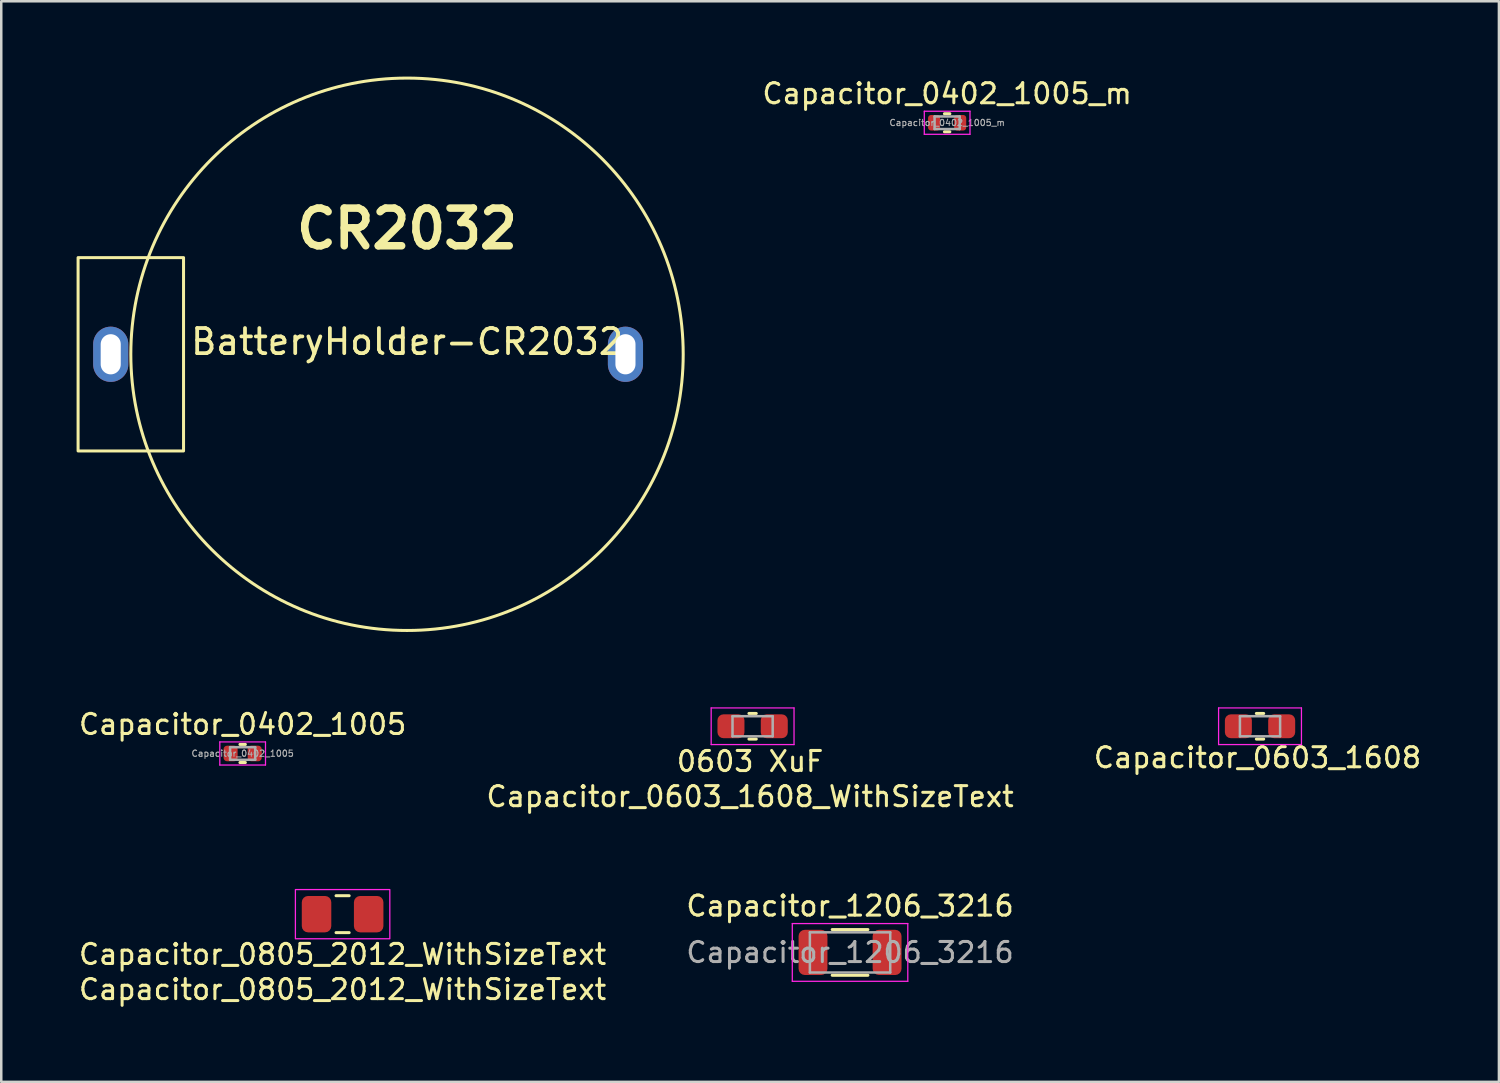
<source format=kicad_pcb>
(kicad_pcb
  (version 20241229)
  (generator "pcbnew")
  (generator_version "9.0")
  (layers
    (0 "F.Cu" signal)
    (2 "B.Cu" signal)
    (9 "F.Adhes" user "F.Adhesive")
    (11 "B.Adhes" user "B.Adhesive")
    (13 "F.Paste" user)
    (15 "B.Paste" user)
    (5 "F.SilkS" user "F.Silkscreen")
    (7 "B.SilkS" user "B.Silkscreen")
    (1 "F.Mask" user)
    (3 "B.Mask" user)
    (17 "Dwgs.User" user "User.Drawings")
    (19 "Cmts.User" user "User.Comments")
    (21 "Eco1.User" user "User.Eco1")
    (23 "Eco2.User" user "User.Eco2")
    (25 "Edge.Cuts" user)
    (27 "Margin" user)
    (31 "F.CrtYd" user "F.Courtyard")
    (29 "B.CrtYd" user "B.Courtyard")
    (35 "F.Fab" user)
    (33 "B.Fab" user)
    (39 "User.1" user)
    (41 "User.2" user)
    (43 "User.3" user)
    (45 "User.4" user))
  (footprint "Capacitor_0603_1608"
    (layer "F.Cu")
    (at 47.033 25.875)
    (property "Reference" "Capacitor_0603_1608" (at 0 1.25 180) (layer "F.SilkS") (effects (font (size 0.8 0.8) (thickness 0.12))))
    (attr smd)
    (fp_line (start -0.046 -0.51) (end 0.246 -0.51) (stroke (width 0.12) (type solid)) (layer "F.SilkS"))
    (fp_line (start -0.046 0.51) (end 0.246 0.51) (stroke (width 0.12) (type solid)) (layer "F.SilkS"))
    (fp_line (start -1.55 -0.73) (end 1.75 -0.73) (stroke (width 0.05) (type solid)) (layer "F.CrtYd"))
    (fp_line (start -1.55 0.73) (end -1.55 -0.73) (stroke (width 0.05) (type solid)) (layer "F.CrtYd"))
    (fp_line (start 1.75 -0.73) (end 1.75 0.73) (stroke (width 0.05) (type solid)) (layer "F.CrtYd"))
    (fp_line (start 1.75 0.73) (end -1.55 0.73) (stroke (width 0.05) (type solid)) (layer "F.CrtYd"))
    (fp_line (start -0.7 -0.4) (end 0.9 -0.4) (stroke (width 0.1) (type solid)) (layer "F.Fab"))
    (fp_line (start -0.7 0.4) (end -0.7 -0.4) (stroke (width 0.1) (type solid)) (layer "F.Fab"))
    (fp_line (start 0.9 -0.4) (end 0.9 0.4) (stroke (width 0.1) (type solid)) (layer "F.Fab"))
    (fp_line (start 0.9 0.4) (end -0.7 0.4) (stroke (width 0.1) (type solid)) (layer "F.Fab"))
    (pad "1" smd roundrect (at -0.762 0) (size 1.075 0.95) (layers "F.Cu" "F.Mask" "F.Paste") (roundrect_rratio 0.25))
    (pad "2" smd roundrect (at 0.963 0) (size 1.075 0.95) (layers "F.Cu" "F.Mask" "F.Paste") (roundrect_rratio 0.25)))
  (footprint "Capacitor_0805_2012_WithSizeText"
    (layer "F.Cu")
    (at 10.595 33.359)
    (property "Reference" "Capacitor_0805_2012_WithSizeText" (at 0 3 180) (layer "F.SilkS") (effects (font (size 0.8 0.8) (thickness 0.12))))
    (property "Value" "Capacitor_0805_2012_WithSizeText" (at 0 -1.6 180) (layer "F.Fab") (hide yes) (effects (font (size 0.8 0.8) (thickness 0.12))))
    (attr smd)
    (fp_line (start -0.261 -0.735) (end 0.261 -0.735) (stroke (width 0.12) (type solid)) (layer "F.SilkS"))
    (fp_line (start -0.261 0.735) (end 0.261 0.735) (stroke (width 0.12) (type solid)) (layer "F.SilkS"))
    (fp_rect (start -1.88 -0.98) (end 1.88 0.98) (stroke (width 0.05) (type default)) (fill no) (layer "F.CrtYd"))
    (fp_text user "${VALUE}" (at 0 1.6 0) (unlocked yes) (layer "F.SilkS") (effects (font (size 0.8 0.8) (thickness 0.12))))
    (pad "1" smd roundrect (at -1.038 0) (size 1.175 1.45) (layers "F.Cu" "F.Mask" "F.Paste") (roundrect_rratio 0.213))
    (pad "2" smd roundrect (at 1.038 0) (size 1.175 1.45) (layers "F.Cu" "F.Mask" "F.Paste") (roundrect_rratio 0.213)))
  (footprint "Capacitor_0603_1608_WithSizeText"
    (layer "F.Cu")
    (at 26.824 25.875)
    (property "Reference" "Capacitor_0603_1608_WithSizeText" (at 0 2.8 180) (layer "F.SilkS") (effects (font (size 0.8 0.8) (thickness 0.12))))
    (property "Value" "0603 XuF" (at 0 -1.25 0) (layer "F.Fab") (hide yes) (effects (font (size 0.8 0.8) (thickness 0.12))))
    (attr smd)
    (fp_line (start -0.046 -0.51) (end 0.246 -0.51) (stroke (width 0.12) (type solid)) (layer "F.SilkS"))
    (fp_line (start -0.046 0.51) (end 0.246 0.51) (stroke (width 0.12) (type solid)) (layer "F.SilkS"))
    (fp_line (start -1.55 -0.73) (end 1.75 -0.73) (stroke (width 0.05) (type solid)) (layer "F.CrtYd"))
    (fp_line (start -1.55 0.73) (end -1.55 -0.73) (stroke (width 0.05) (type solid)) (layer "F.CrtYd"))
    (fp_line (start 1.75 -0.73) (end 1.75 0.73) (stroke (width 0.05) (type solid)) (layer "F.CrtYd"))
    (fp_line (start 1.75 0.73) (end -1.55 0.73) (stroke (width 0.05) (type solid)) (layer "F.CrtYd"))
    (fp_line (start -0.7 -0.4) (end 0.9 -0.4) (stroke (width 0.1) (type solid)) (layer "F.Fab"))
    (fp_line (start -0.7 0.4) (end -0.7 -0.4) (stroke (width 0.1) (type solid)) (layer "F.Fab"))
    (fp_line (start 0.9 -0.4) (end 0.9 0.4) (stroke (width 0.1) (type solid)) (layer "F.Fab"))
    (fp_line (start 0.9 0.4) (end -0.7 0.4) (stroke (width 0.1) (type solid)) (layer "F.Fab"))
    (fp_text user "${VALUE}" (at 0 1.4 0) (layer "F.SilkS") (effects (font (size 0.8 0.8) (thickness 0.12))))
    (pad "1" smd roundrect (at -0.762 0) (size 1.075 0.95) (layers "F.Cu" "F.Mask" "F.Paste") (roundrect_rratio 0.25))
    (pad "2" smd roundrect (at 0.963 0) (size 1.075 0.95) (layers "F.Cu" "F.Mask" "F.Paste") (roundrect_rratio 0.25)))
  (footprint "Capacitor_0402_1005_m"
    (layer "F.Cu")
    (at 34.672 1.839)
    (property "Reference" "Capacitor_0402_1005_m" (at 0 -1.16 0) (layer "F.SilkS") (effects (font (size 0.8 0.8) (thickness 0.12))))
    (attr smd)
    (fp_line (start -0.108 -0.36) (end 0.108 -0.36) (stroke (width 0.12) (type solid)) (layer "F.SilkS"))
    (fp_line (start -0.108 0.36) (end 0.108 0.36) (stroke (width 0.12) (type solid)) (layer "F.SilkS"))
    (fp_line (start -0.91 -0.46) (end 0.91 -0.46) (stroke (width 0.05) (type solid)) (layer "F.CrtYd"))
    (fp_line (start -0.91 0.46) (end -0.91 -0.46) (stroke (width 0.05) (type solid)) (layer "F.CrtYd"))
    (fp_line (start 0.91 -0.46) (end 0.91 0.46) (stroke (width 0.05) (type solid)) (layer "F.CrtYd"))
    (fp_line (start 0.91 0.46) (end -0.91 0.46) (stroke (width 0.05) (type solid)) (layer "F.CrtYd"))
    (fp_line (start -0.5 -0.25) (end 0.5 -0.25) (stroke (width 0.1) (type solid)) (layer "F.Fab"))
    (fp_line (start -0.5 0.25) (end -0.5 -0.25) (stroke (width 0.1) (type solid)) (layer "F.Fab"))
    (fp_line (start 0.5 -0.25) (end 0.5 0.25) (stroke (width 0.1) (type solid)) (layer "F.Fab"))
    (fp_line (start 0.5 0.25) (end -0.5 0.25) (stroke (width 0.1) (type solid)) (layer "F.Fab"))
    (fp_text user "${REFERENCE}" (at 0 0 0) (layer "F.Fab") (effects (font (size 0.25 0.25) (thickness 0.04))))
    (pad "1" smd roundrect (at -0.52 0) (size 0.48 0.62) (layers "F.Cu" "F.Mask" "F.Paste") (roundrect_rratio 0.25))
    (pad "2" smd roundrect (at 0.52 0) (size 0.48 0.62) (layers "F.Cu" "F.Mask" "F.Paste") (roundrect_rratio 0.25)))
  (footprint "Capacitor_1206_3216"
    (layer "F.Cu")
    (at 30.805 34.882)
    (property "Reference" "Capacitor_1206_3216" (at 0 -1.85 0) (layer "F.SilkS") (effects (font (size 0.8 0.8) (thickness 0.12))))
    (attr smd)
    (fp_line (start -0.711 -0.91) (end 0.711 -0.91) (stroke (width 0.12) (type solid)) (layer "F.SilkS"))
    (fp_line (start -0.711 0.91) (end 0.711 0.91) (stroke (width 0.12) (type solid)) (layer "F.SilkS"))
    (fp_line (start -2.3 -1.15) (end 2.3 -1.15) (stroke (width 0.05) (type solid)) (layer "F.CrtYd"))
    (fp_line (start -2.3 1.15) (end -2.3 -1.15) (stroke (width 0.05) (type solid)) (layer "F.CrtYd"))
    (fp_line (start 2.3 -1.15) (end 2.3 1.15) (stroke (width 0.05) (type solid)) (layer "F.CrtYd"))
    (fp_line (start 2.3 1.15) (end -2.3 1.15) (stroke (width 0.05) (type solid)) (layer "F.CrtYd"))
    (fp_line (start -1.6 -0.8) (end 1.6 -0.8) (stroke (width 0.1) (type solid)) (layer "F.Fab"))
    (fp_line (start -1.6 0.8) (end -1.6 -0.8) (stroke (width 0.1) (type solid)) (layer "F.Fab"))
    (fp_line (start 1.6 -0.8) (end 1.6 0.8) (stroke (width 0.1) (type solid)) (layer "F.Fab"))
    (fp_line (start 1.6 0.8) (end -1.6 0.8) (stroke (width 0.1) (type solid)) (layer "F.Fab"))
    (fp_text user "${REFERENCE}" (at 0 0 0) (layer "F.Fab") (effects (font (size 0.8 0.8) (thickness 0.12))))
    (pad "1" smd roundrect (at -1.475 0) (size 1.15 1.8) (layers "F.Cu" "F.Mask" "F.Paste") (roundrect_rratio 0.217))
    (pad "2" smd roundrect (at 1.475 0) (size 1.15 1.8) (layers "F.Cu" "F.Mask" "F.Paste") (roundrect_rratio 0.217)))
  (footprint "BatteryHolder-CR2032"
    (layer "F.Cu")
    (at 13.16 11.06)
    (property "Reference" "BatteryHolder-CR2032" (at 0 -0.5 0) (layer "F.SilkS") (effects (font (size 1 1) (thickness 0.15))))
    (attr through_hole)
    (fp_rect (start -13.1 -3.85) (end -8.9 3.85) (stroke (width 0.12) (type default)) (fill no) (layer "F.SilkS"))
    (fp_circle (center 0 0) (end 11 0) (stroke (width 0.12) (type default)) (fill no) (layer "F.SilkS"))
    (fp_text user "CR2032" (at 0 -5 0) (layer "F.SilkS") (effects (font (size 1.5 1.5) (thickness 0.3) (bold yes))))
    (pad "1" thru_hole oval (at 8.7 0) (size 1.4 2.2) (drill oval 0.8 1.6) (layers "*.Cu" "*.Mask"))
    (pad "2" thru_hole oval (at -11.8 0) (size 1.4 2.2) (drill oval 0.8 1.6) (layers "*.Cu" "*.Mask")))
  (footprint "Capacitor_0402_1005"
    (layer "F.Cu")
    (at 6.614 26.959)
    (property "Reference" "Capacitor_0402_1005" (at 0 -1.16 0) (layer "F.SilkS") (effects (font (size 0.8 0.8) (thickness 0.12))))
    (attr smd)
    (fp_line (start -0.108 -0.36) (end 0.108 -0.36) (stroke (width 0.12) (type solid)) (layer "F.SilkS"))
    (fp_line (start -0.108 0.36) (end 0.108 0.36) (stroke (width 0.12) (type solid)) (layer "F.SilkS"))
    (fp_line (start -0.91 -0.46) (end 0.91 -0.46) (stroke (width 0.05) (type solid)) (layer "F.CrtYd"))
    (fp_line (start -0.91 0.46) (end -0.91 -0.46) (stroke (width 0.05) (type solid)) (layer "F.CrtYd"))
    (fp_line (start 0.91 -0.46) (end 0.91 0.46) (stroke (width 0.05) (type solid)) (layer "F.CrtYd"))
    (fp_line (start 0.91 0.46) (end -0.91 0.46) (stroke (width 0.05) (type solid)) (layer "F.CrtYd"))
    (fp_line (start -0.5 -0.25) (end 0.5 -0.25) (stroke (width 0.1) (type solid)) (layer "F.Fab"))
    (fp_line (start -0.5 0.25) (end -0.5 -0.25) (stroke (width 0.1) (type solid)) (layer "F.Fab"))
    (fp_line (start 0.5 -0.25) (end 0.5 0.25) (stroke (width 0.1) (type solid)) (layer "F.Fab"))
    (fp_line (start 0.5 0.25) (end -0.5 0.25) (stroke (width 0.1) (type solid)) (layer "F.Fab"))
    (fp_text user "${REFERENCE}" (at 0 0 0) (layer "F.Fab") (effects (font (size 0.25 0.25) (thickness 0.04))))
    (pad "1" smd roundrect (at -0.48 0) (size 0.56 0.62) (layers "F.Cu" "F.Mask" "F.Paste") (roundrect_rratio 0.25))
    (pad "2" smd roundrect (at 0.48 0) (size 0.56 0.62) (layers "F.Cu" "F.Mask" "F.Paste") (roundrect_rratio 0.25)))
  (gr_rect
    (start -3 -3)
    (end 56.648 40.037)
    (stroke (width 0.1) (type default))
    (fill no)
    (layer "Edge.Cuts")))
</source>
